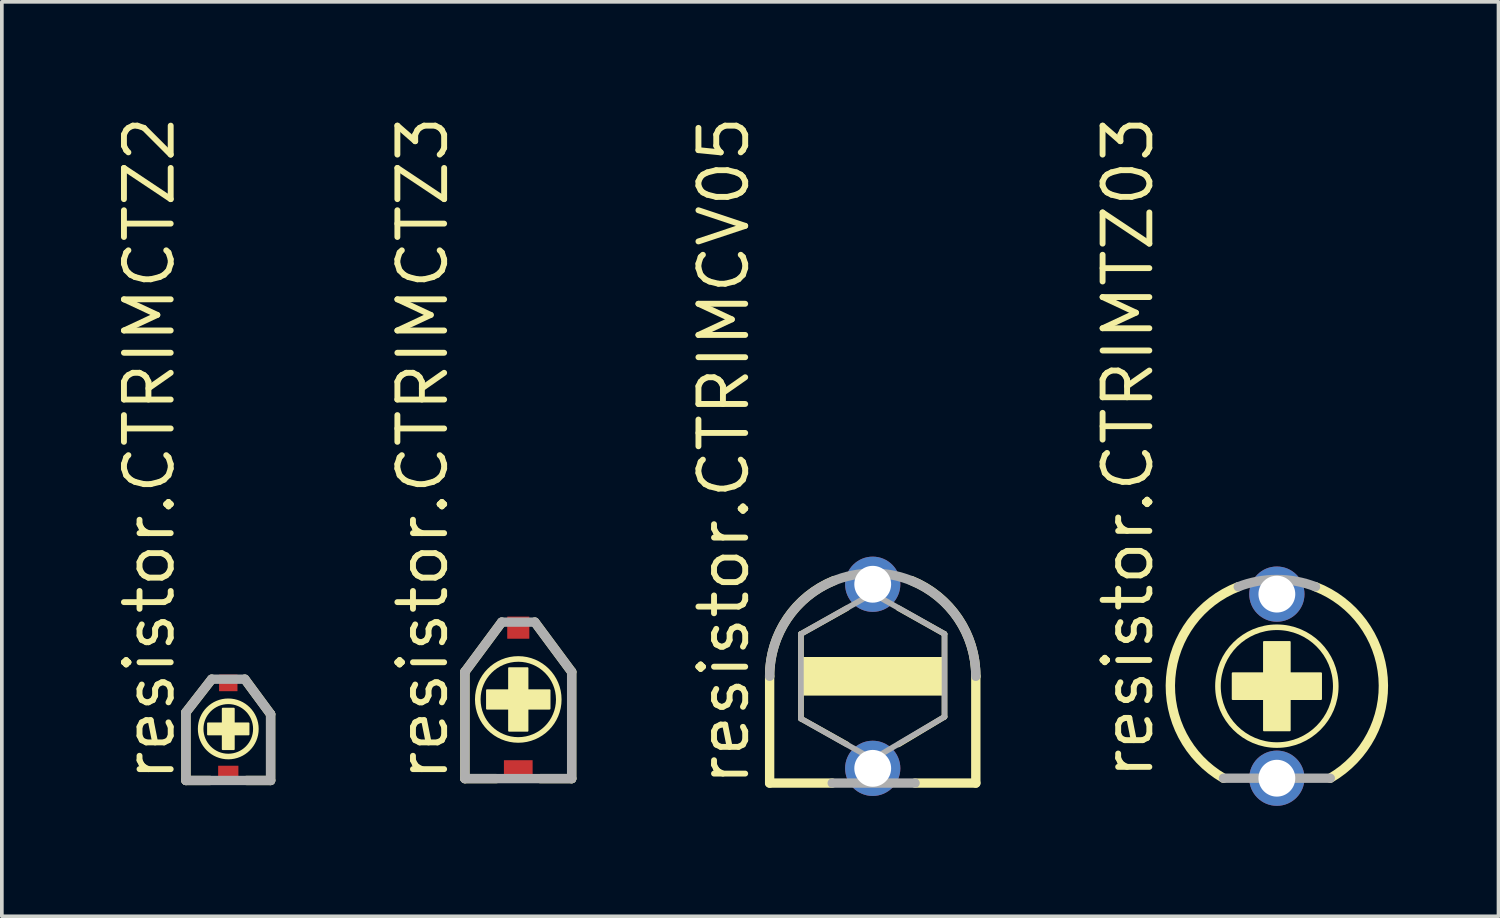
<source format=kicad_pcb>
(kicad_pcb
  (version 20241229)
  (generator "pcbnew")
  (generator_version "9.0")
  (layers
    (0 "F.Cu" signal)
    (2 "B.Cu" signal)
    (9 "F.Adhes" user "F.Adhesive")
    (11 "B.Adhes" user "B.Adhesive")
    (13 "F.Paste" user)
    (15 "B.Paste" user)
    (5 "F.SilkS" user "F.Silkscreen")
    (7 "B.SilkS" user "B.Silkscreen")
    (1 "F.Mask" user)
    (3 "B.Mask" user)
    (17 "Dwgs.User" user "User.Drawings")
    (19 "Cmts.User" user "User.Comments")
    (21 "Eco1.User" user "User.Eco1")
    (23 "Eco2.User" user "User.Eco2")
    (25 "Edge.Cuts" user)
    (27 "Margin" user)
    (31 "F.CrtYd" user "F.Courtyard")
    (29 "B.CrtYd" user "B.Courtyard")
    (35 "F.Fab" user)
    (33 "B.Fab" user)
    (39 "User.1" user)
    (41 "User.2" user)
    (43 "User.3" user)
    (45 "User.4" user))
  (footprint "resistor.CTRIMCTZ3"
    (layer "F.Cu")
    (at 11.027 15.948)
    (property "Reference" "resistor.CTRIMCTZ3" (at -1.85 2.3 90) (layer "F.SilkS") (effects (font (size 1.27 1.27) (thickness 0.16)) (justify left bottom)))
    (attr smd)
    (fp_line (start -1.45 -0.75) (end -0.45 -2.1) (stroke (width 0.254) (type default)) (layer "F.SilkS"))
    (fp_line (start -1.45 2.15) (end -1.45 -0.75) (stroke (width 0.254) (type default)) (layer "F.SilkS"))
    (fp_line (start -0.6 2.15) (end -1.45 2.15) (stroke (width 0.254) (type default)) (layer "F.SilkS"))
    (fp_line (start 0.6 2.15) (end 1.45 2.15) (stroke (width 0.254) (type default)) (layer "F.SilkS"))
    (fp_line (start 1.45 -0.75) (end 0.45 -2.1) (stroke (width 0.254) (type default)) (layer "F.SilkS"))
    (fp_line (start 1.45 2.15) (end 1.45 -0.75) (stroke (width 0.254) (type default)) (layer "F.SilkS"))
    (fp_rect (start -0.85 0.25) (end 0.85 -0.25) (stroke (width 0.05) (type default)) (fill yes) (layer "F.SilkS"))
    (fp_rect (start -0.25 0.85) (end 0.25 -0.85) (stroke (width 0.05) (type default)) (fill yes) (layer "F.SilkS"))
    (fp_circle (center 0 0) (end 1.1 0) (stroke (width 0.152) (type default)) (fill no) (layer "F.SilkS"))
    (fp_line (start -1.45 -0.75) (end -0.45 -2.1) (stroke (width 0.254) (type default)) (layer "F.Fab"))
    (fp_line (start -1.45 2.15) (end -1.45 -0.75) (stroke (width 0.254) (type default)) (layer "F.Fab"))
    (fp_line (start -0.45 -2.1) (end 0.45 -2.1) (stroke (width 0.254) (type default)) (layer "F.Fab"))
    (fp_line (start 0.45 -2.1) (end 1.45 -0.75) (stroke (width 0.254) (type default)) (layer "F.Fab"))
    (fp_line (start 1.45 -0.75) (end 1.45 2.15) (stroke (width 0.254) (type default)) (layer "F.Fab"))
    (fp_line (start 1.45 2.15) (end -1.45 2.15) (stroke (width 0.254) (type default)) (layer "F.Fab"))
    (pad "1" smd roundrect (at 0 -1.95) (size 0.6 0.6) (layers "F.Cu" "F.Mask" "F.Paste") (roundrect_rratio 0.01))
    (pad "2" smd roundrect (at 0 1.95) (size 0.78 0.6) (layers "F.Cu" "F.Mask" "F.Paste") (roundrect_rratio 0.01)))
  (footprint "resistor.CTRIMTZ03"
    (layer "F.Cu")
    (at 31.631 15.587)
    (property "Reference" "resistor.CTRIMTZ03" (at -3.3 2.6 90) (layer "F.SilkS") (effects (font (size 1.27 1.27) (thickness 0.16)) (justify left bottom)))
    (attr through_hole)
    (fp_rect (start -1.2 0.35) (end 1.2 -0.35) (stroke (width 0.05) (type default)) (fill yes) (layer "F.SilkS"))
    (fp_rect (start -0.35 1.2) (end 0.35 -1.2) (stroke (width 0.05) (type default)) (fill yes) (layer "F.SilkS"))
    (fp_arc (start -1.45 2.5) (mid -2.884874 -0.22576) (end -1.05 -2.7) (stroke (width 0.254) (type default)) (layer "F.SilkS"))
    (fp_arc (start 1.05 -2.7) (mid 2.884874 -0.22576) (end 1.45 2.5) (stroke (width 0.254) (type default)) (layer "F.SilkS"))
    (fp_circle (center 0 0) (end 1.6 0) (stroke (width 0.152) (type default)) (fill no) (layer "F.SilkS"))
    (fp_line (start 1.45 2.5) (end -1.45 2.5) (stroke (width 0.254) (type default)) (layer "F.Fab"))
    (fp_arc (start -1.05 -2.7) (mid 0 -2.896981) (end 1.05 -2.7) (stroke (width 0.254) (type default)) (layer "F.Fab"))
    (pad "1" thru_hole circle (at 0 -2.5) (size 1.5 1.5) (drill 1) (layers "*.Cu" "*.Mask"))
    (pad "2" thru_hole circle (at 0 2.5) (size 1.5 1.5) (drill 1) (layers "*.Cu" "*.Mask")))
  (footprint "resistor.CTRIMCTZ2"
    (layer "F.Cu")
    (at 3.15 16.748)
    (property "Reference" "resistor.CTRIMCTZ2" (at -1.4 1.5 90) (layer "F.SilkS") (effects (font (size 1.27 1.27) (thickness 0.16)) (justify left bottom)))
    (attr smd)
    (fp_line (start -1.15 -0.45) (end -0.45 -1.35) (stroke (width 0.254) (type default)) (layer "F.SilkS"))
    (fp_line (start -1.15 1.4) (end -1.15 -0.45) (stroke (width 0.254) (type default)) (layer "F.SilkS"))
    (fp_line (start -0.5 1.4) (end -1.15 1.4) (stroke (width 0.254) (type default)) (layer "F.SilkS"))
    (fp_line (start 0.5 1.4) (end 1.15 1.4) (stroke (width 0.254) (type default)) (layer "F.SilkS"))
    (fp_line (start 1.15 -0.4) (end 0.45 -1.35) (stroke (width 0.254) (type default)) (layer "F.SilkS"))
    (fp_line (start 1.15 1.4) (end 1.15 -0.4) (stroke (width 0.254) (type default)) (layer "F.SilkS"))
    (fp_rect (start -0.55 0.15) (end 0.55 -0.15) (stroke (width 0.05) (type default)) (fill yes) (layer "F.SilkS"))
    (fp_rect (start -0.15 0.55) (end 0.15 -0.55) (stroke (width 0.05) (type default)) (fill yes) (layer "F.SilkS"))
    (fp_circle (center 0 0) (end 0.75 0) (stroke (width 0.152) (type default)) (fill no) (layer "F.SilkS"))
    (fp_line (start -1.15 -0.45) (end -0.45 -1.35) (stroke (width 0.254) (type default)) (layer "F.Fab"))
    (fp_line (start -1.15 1.4) (end -1.15 -0.45) (stroke (width 0.254) (type default)) (layer "F.Fab"))
    (fp_line (start -0.45 -1.35) (end 0.45 -1.35) (stroke (width 0.254) (type default)) (layer "F.Fab"))
    (fp_line (start 0.45 -1.35) (end 1.15 -0.4) (stroke (width 0.254) (type default)) (layer "F.Fab"))
    (fp_line (start 1.15 -0.4) (end 1.15 1.4) (stroke (width 0.254) (type default)) (layer "F.Fab"))
    (fp_line (start 1.15 1.4) (end -1.15 1.4) (stroke (width 0.254) (type default)) (layer "F.Fab"))
    (pad "1" smd roundrect (at 0 -1.25) (size 0.5 0.45) (layers "F.Cu" "F.Mask" "F.Paste") (roundrect_rratio 0.01))
    (pad "2" smd roundrect (at 0 1.25) (size 0.55 0.5) (layers "F.Cu" "F.Mask" "F.Paste") (roundrect_rratio 0.01)))
  (footprint "resistor.CTRIMCV05"
    (layer "F.Cu")
    (at 20.654 15.319)
    (property "Reference" "resistor.CTRIMCV05" (at -3.3 3.05 90) (layer "F.SilkS") (effects (font (size 1.27 1.27) (thickness 0.16)) (justify left bottom)))
    (attr through_hole)
    (fp_line (start -2.8 0) (end -2.8 2.9) (stroke (width 0.254) (type default)) (layer "F.SilkS"))
    (fp_line (start -2.8 2.9) (end -1.1 2.9) (stroke (width 0.254) (type default)) (layer "F.SilkS"))
    (fp_line (start -1.95 -1.15) (end -0.7 -1.85) (stroke (width 0.152) (type default)) (layer "F.SilkS"))
    (fp_line (start -1.95 1.15) (end -1.95 -1.15) (stroke (width 0.152) (type default)) (layer "F.SilkS"))
    (fp_line (start -1.95 1.15) (end -0.7 1.85) (stroke (width 0.152) (type default)) (layer "F.SilkS"))
    (fp_line (start 0.7 -1.85) (end 1.95 -1.15) (stroke (width 0.152) (type default)) (layer "F.SilkS"))
    (fp_line (start 0.7 1.85) (end 1.95 1.1) (stroke (width 0.152) (type default)) (layer "F.SilkS"))
    (fp_line (start 1.15 2.9) (end 2.8 2.9) (stroke (width 0.254) (type default)) (layer "F.SilkS"))
    (fp_line (start 1.95 -1.15) (end 1.95 1.1) (stroke (width 0.152) (type default)) (layer "F.SilkS"))
    (fp_line (start 2.8 2.9) (end 2.8 0) (stroke (width 0.254) (type default)) (layer "F.SilkS"))
    (fp_rect (start -1.9 0.5) (end 1.95 -0.5) (stroke (width 0.05) (type default)) (fill yes) (layer "F.SilkS"))
    (fp_arc (start -2.8 0) (mid -2.322848 -1.567783) (end -1.05 -2.6) (stroke (width 0.254) (type default)) (layer "F.SilkS"))
    (fp_arc (start 1.05 -2.6) (mid 2.322848 -1.567783) (end 2.8 0) (stroke (width 0.254) (type default)) (layer "F.SilkS"))
    (fp_line (start -1.95 -1.15) (end 0 -2.25) (stroke (width 0.152) (type default)) (layer "F.Fab"))
    (fp_line (start -1.95 1.15) (end -1.95 -1.15) (stroke (width 0.152) (type default)) (layer "F.Fab"))
    (fp_line (start -1.1 2.9) (end 1.15 2.9) (stroke (width 0.254) (type default)) (layer "F.Fab"))
    (fp_line (start 0 -2.25) (end 1.95 -1.15) (stroke (width 0.152) (type default)) (layer "F.Fab"))
    (fp_line (start 0 2.25) (end -1.95 1.15) (stroke (width 0.152) (type default)) (layer "F.Fab"))
    (fp_line (start 1.95 -1.15) (end 1.95 1.1) (stroke (width 0.152) (type default)) (layer "F.Fab"))
    (fp_line (start 1.95 1.1) (end 0 2.25) (stroke (width 0.152) (type default)) (layer "F.Fab"))
    (fp_arc (start -2.8 0) (mid 0 -2.8) (end 2.8 0) (stroke (width 0.254) (type default)) (layer "F.Fab"))
    (pad "1" thru_hole circle (at 0 -2.5) (size 1.5 1.5) (drill 1) (layers "*.Cu" "*.Mask"))
    (pad "2" thru_hole circle (at 0 2.5) (size 1.5 1.5) (drill 1) (layers "*.Cu" "*.Mask")))
  (gr_rect
    (start -3 -3)
    (end 37.651 21.837)
    (stroke (width 0.1) (type default))
    (fill no)
    (layer "Edge.Cuts")))
</source>
